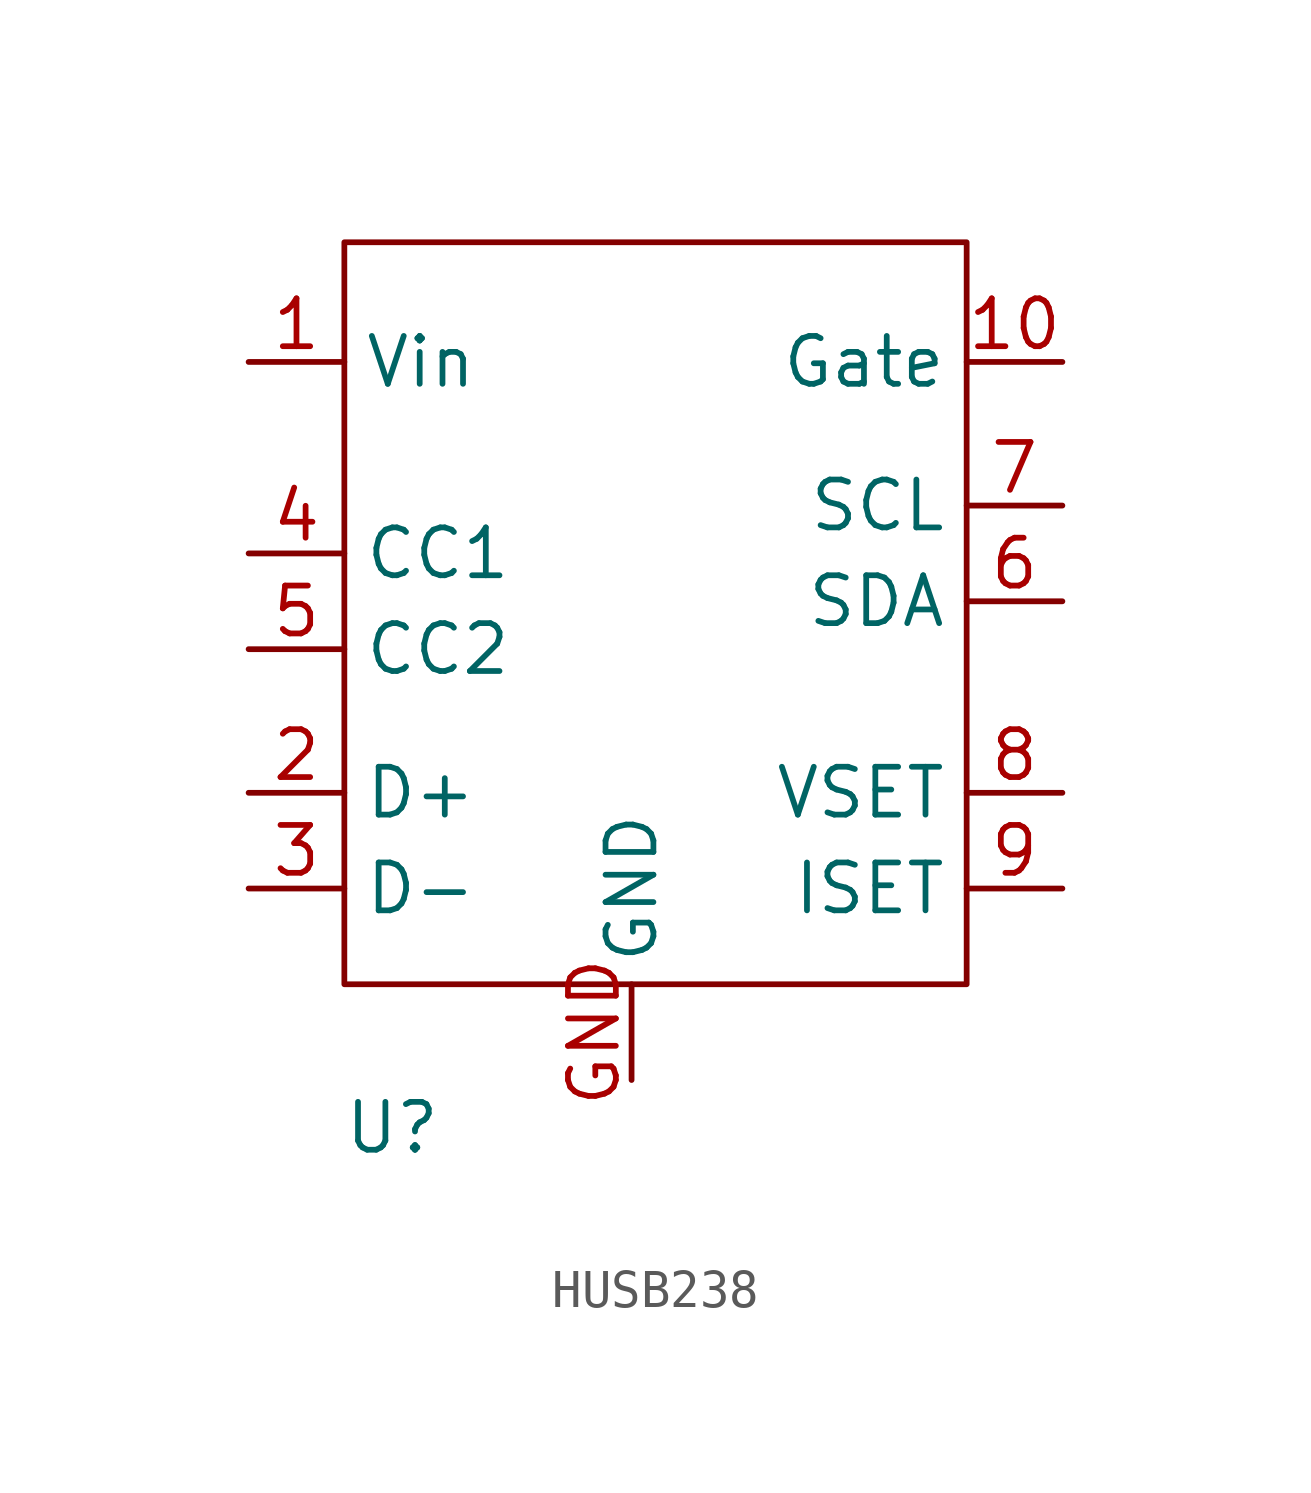
<source format=kicad_sym>
(kicad_symbol_lib
  (version 20231120)
  (generator "kicad_symbol_editor")
  (generator_version "8.0")
  (symbol "HUSB238"
    (property "Reference" "U"
      (at 0 0 0)
      (effects (font (size 1.27 1.27))))
    (property "Value" ""
      (at 0 0 0)
      (effects (font (size 1.27 1.27))))
    (symbol "HUSB238_0_1"
      (rectangle (start -1.27 23.495) (end 15.24 3.81) (stroke (width 0) (type default)) (fill (type none))))
    (symbol "HUSB238_1_1"
      (pin power_in line (at -3.81 20.32 0) (length 2.54) (name "Vin" (effects (font (size 1.27 1.27)))) (number "1" (effects (font (size 1.27 1.27)))))
      (pin output line (at 17.78 20.32 180) (length 2.54) (name "Gate" (effects (font (size 1.27 1.27)))) (number "10" (effects (font (size 1.27 1.27)))))
      (pin bidirectional line (at -3.81 8.89 0) (length 2.54) (name "D+" (effects (font (size 1.27 1.27)))) (number "2" (effects (font (size 1.27 1.27)))))
      (pin bidirectional line (at -3.81 6.35 0) (length 2.54) (name "D-" (effects (font (size 1.27 1.27)))) (number "3" (effects (font (size 1.27 1.27)))))
      (pin input line (at -3.81 15.24 0) (length 2.54) (name "CC1" (effects (font (size 1.27 1.27)))) (number "4" (effects (font (size 1.27 1.27)))))
      (pin input line (at -3.81 12.7 0) (length 2.54) (name "CC2" (effects (font (size 1.27 1.27)))) (number "5" (effects (font (size 1.27 1.27)))))
      (pin bidirectional line (at 17.78 13.97 180) (length 2.54) (name "SDA" (effects (font (size 1.27 1.27)))) (number "6" (effects (font (size 1.27 1.27)))))
      (pin bidirectional line (at 17.78 16.51 180) (length 2.54) (name "SCL" (effects (font (size 1.27 1.27)))) (number "7" (effects (font (size 1.27 1.27)))))
      (pin bidirectional line (at 17.78 8.89 180) (length 2.54) (name "VSET" (effects (font (size 1.27 1.27)))) (number "8" (effects (font (size 1.27 1.27)))))
      (pin bidirectional line (at 17.78 6.35 180) (length 2.54) (name "ISET" (effects (font (size 1.27 1.27)))) (number "9" (effects (font (size 1.27 1.27)))))
      (pin bidirectional line (at 6.35 1.27 90) (length 2.54) (name "GND" (effects (font (size 1.27 1.27)))) (number "GND" (effects (font (size 1.27 1.27))))))))
</source>
